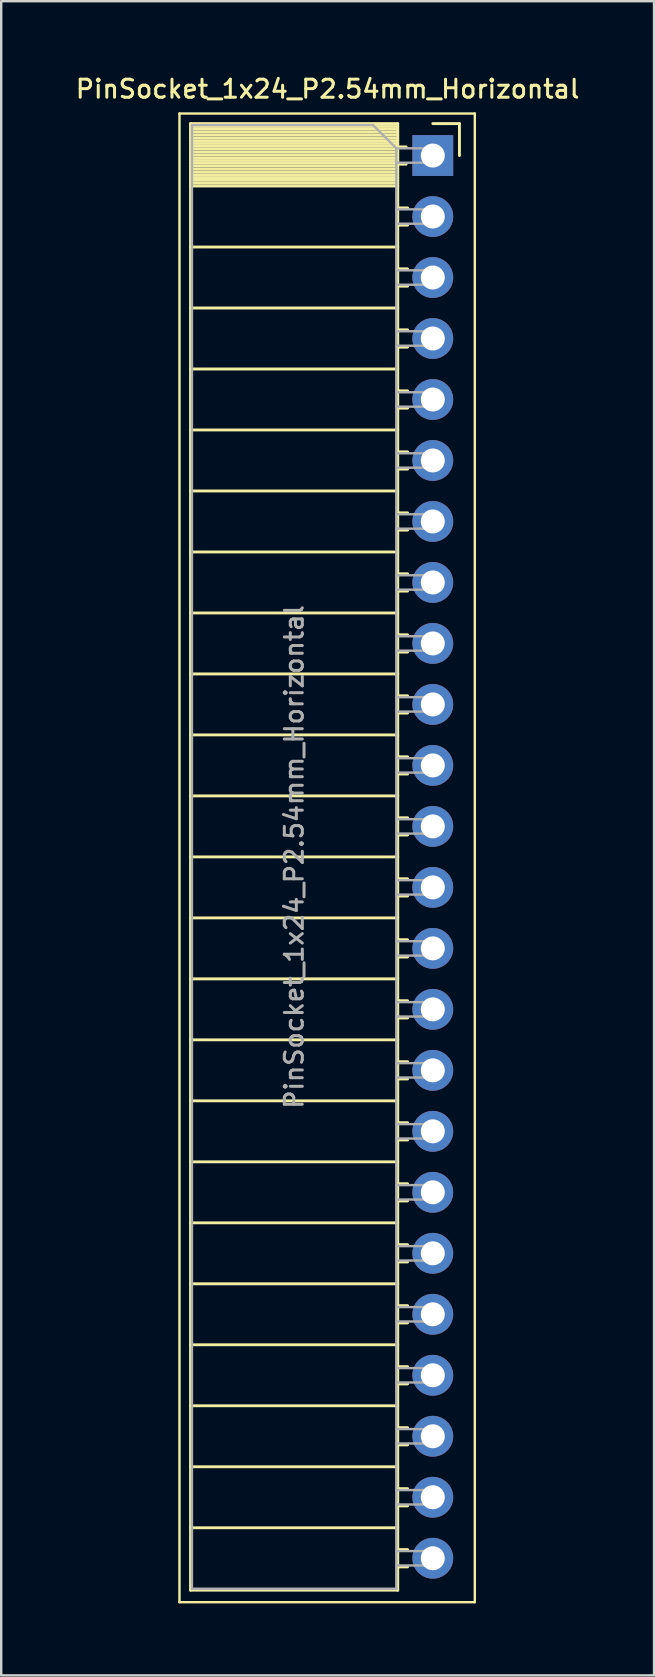
<source format=kicad_pcb>
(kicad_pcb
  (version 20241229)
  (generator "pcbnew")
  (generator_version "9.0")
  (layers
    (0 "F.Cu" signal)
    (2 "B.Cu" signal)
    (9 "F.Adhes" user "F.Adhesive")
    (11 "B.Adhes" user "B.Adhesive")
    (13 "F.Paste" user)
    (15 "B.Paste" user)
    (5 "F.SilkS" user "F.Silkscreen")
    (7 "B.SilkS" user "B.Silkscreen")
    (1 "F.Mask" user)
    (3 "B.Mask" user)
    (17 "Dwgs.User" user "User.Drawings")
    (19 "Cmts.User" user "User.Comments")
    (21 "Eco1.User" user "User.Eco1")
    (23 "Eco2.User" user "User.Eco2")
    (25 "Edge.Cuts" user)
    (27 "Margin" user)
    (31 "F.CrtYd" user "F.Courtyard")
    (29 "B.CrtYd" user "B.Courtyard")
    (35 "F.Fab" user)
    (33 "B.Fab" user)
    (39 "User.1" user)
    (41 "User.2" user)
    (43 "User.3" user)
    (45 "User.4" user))
  (footprint "PinSocket_1x24_P2.54mm_Horizontal"
    (layer "F.Cu")
    (at 14.975 3.428)
    (property "Reference" "PinSocket_1x24_P2.54mm_Horizontal" (at -4.38 -2.77 0) (layer "F.SilkS") (effects (font (size 0.75 0.75) (thickness 0.125))))
    (attr through_hole)
    (fp_line (start -10.55 -1.75) (end -10.55 60.25) (stroke (width 0.1) (type solid)) (layer "F.SilkS"))
    (fp_line (start -10.55 60.25) (end 1.75 60.25) (stroke (width 0.1) (type solid)) (layer "F.SilkS"))
    (fp_line (start -10.09 -1.33) (end -10.09 59.75) (stroke (width 0.12) (type solid)) (layer "F.SilkS"))
    (fp_line (start -10.09 -1.33) (end -1.46 -1.33) (stroke (width 0.12) (type solid)) (layer "F.SilkS"))
    (fp_line (start -10.09 -1.21) (end -1.46 -1.21) (stroke (width 0.12) (type solid)) (layer "F.SilkS"))
    (fp_line (start -10.09 -1.092) (end -1.46 -1.092) (stroke (width 0.12) (type solid)) (layer "F.SilkS"))
    (fp_line (start -10.09 -0.974) (end -1.46 -0.974) (stroke (width 0.12) (type solid)) (layer "F.SilkS"))
    (fp_line (start -10.09 -0.856) (end -1.46 -0.856) (stroke (width 0.12) (type solid)) (layer "F.SilkS"))
    (fp_line (start -10.09 -0.738) (end -1.46 -0.738) (stroke (width 0.12) (type solid)) (layer "F.SilkS"))
    (fp_line (start -10.09 -0.62) (end -1.46 -0.62) (stroke (width 0.12) (type solid)) (layer "F.SilkS"))
    (fp_line (start -10.09 -0.501) (end -1.46 -0.501) (stroke (width 0.12) (type solid)) (layer "F.SilkS"))
    (fp_line (start -10.09 -0.383) (end -1.46 -0.383) (stroke (width 0.12) (type solid)) (layer "F.SilkS"))
    (fp_line (start -10.09 -0.265) (end -1.46 -0.265) (stroke (width 0.12) (type solid)) (layer "F.SilkS"))
    (fp_line (start -10.09 -0.147) (end -1.46 -0.147) (stroke (width 0.12) (type solid)) (layer "F.SilkS"))
    (fp_line (start -10.09 -0.029) (end -1.46 -0.029) (stroke (width 0.12) (type solid)) (layer "F.SilkS"))
    (fp_line (start -10.09 0.089) (end -1.46 0.089) (stroke (width 0.12) (type solid)) (layer "F.SilkS"))
    (fp_line (start -10.09 0.207) (end -1.46 0.207) (stroke (width 0.12) (type solid)) (layer "F.SilkS"))
    (fp_line (start -10.09 0.325) (end -1.46 0.325) (stroke (width 0.12) (type solid)) (layer "F.SilkS"))
    (fp_line (start -10.09 0.443) (end -1.46 0.443) (stroke (width 0.12) (type solid)) (layer "F.SilkS"))
    (fp_line (start -10.09 0.561) (end -1.46 0.561) (stroke (width 0.12) (type solid)) (layer "F.SilkS"))
    (fp_line (start -10.09 0.68) (end -1.46 0.68) (stroke (width 0.12) (type solid)) (layer "F.SilkS"))
    (fp_line (start -10.09 0.798) (end -1.46 0.798) (stroke (width 0.12) (type solid)) (layer "F.SilkS"))
    (fp_line (start -10.09 0.916) (end -1.46 0.916) (stroke (width 0.12) (type solid)) (layer "F.SilkS"))
    (fp_line (start -10.09 1.034) (end -1.46 1.034) (stroke (width 0.12) (type solid)) (layer "F.SilkS"))
    (fp_line (start -10.09 1.152) (end -1.46 1.152) (stroke (width 0.12) (type solid)) (layer "F.SilkS"))
    (fp_line (start -10.09 1.27) (end -1.46 1.27) (stroke (width 0.12) (type solid)) (layer "F.SilkS"))
    (fp_line (start -10.09 3.81) (end -1.46 3.81) (stroke (width 0.12) (type solid)) (layer "F.SilkS"))
    (fp_line (start -10.09 6.35) (end -1.46 6.35) (stroke (width 0.12) (type solid)) (layer "F.SilkS"))
    (fp_line (start -10.09 8.89) (end -1.46 8.89) (stroke (width 0.12) (type solid)) (layer "F.SilkS"))
    (fp_line (start -10.09 11.43) (end -1.46 11.43) (stroke (width 0.12) (type solid)) (layer "F.SilkS"))
    (fp_line (start -10.09 13.97) (end -1.46 13.97) (stroke (width 0.12) (type solid)) (layer "F.SilkS"))
    (fp_line (start -10.09 16.51) (end -1.46 16.51) (stroke (width 0.12) (type solid)) (layer "F.SilkS"))
    (fp_line (start -10.09 19.05) (end -1.46 19.05) (stroke (width 0.12) (type solid)) (layer "F.SilkS"))
    (fp_line (start -10.09 21.59) (end -1.46 21.59) (stroke (width 0.12) (type solid)) (layer "F.SilkS"))
    (fp_line (start -10.09 24.13) (end -1.46 24.13) (stroke (width 0.12) (type solid)) (layer "F.SilkS"))
    (fp_line (start -10.09 26.67) (end -1.46 26.67) (stroke (width 0.12) (type solid)) (layer "F.SilkS"))
    (fp_line (start -10.09 29.21) (end -1.46 29.21) (stroke (width 0.12) (type solid)) (layer "F.SilkS"))
    (fp_line (start -10.09 31.75) (end -1.46 31.75) (stroke (width 0.12) (type solid)) (layer "F.SilkS"))
    (fp_line (start -10.09 34.29) (end -1.46 34.29) (stroke (width 0.12) (type solid)) (layer "F.SilkS"))
    (fp_line (start -10.09 36.83) (end -1.46 36.83) (stroke (width 0.12) (type solid)) (layer "F.SilkS"))
    (fp_line (start -10.09 39.37) (end -1.46 39.37) (stroke (width 0.12) (type solid)) (layer "F.SilkS"))
    (fp_line (start -10.09 41.91) (end -1.46 41.91) (stroke (width 0.12) (type solid)) (layer "F.SilkS"))
    (fp_line (start -10.09 44.45) (end -1.46 44.45) (stroke (width 0.12) (type solid)) (layer "F.SilkS"))
    (fp_line (start -10.09 46.99) (end -1.46 46.99) (stroke (width 0.12) (type solid)) (layer "F.SilkS"))
    (fp_line (start -10.09 49.53) (end -1.46 49.53) (stroke (width 0.12) (type solid)) (layer "F.SilkS"))
    (fp_line (start -10.09 52.07) (end -1.46 52.07) (stroke (width 0.12) (type solid)) (layer "F.SilkS"))
    (fp_line (start -10.09 54.61) (end -1.46 54.61) (stroke (width 0.12) (type solid)) (layer "F.SilkS"))
    (fp_line (start -10.09 57.15) (end -1.46 57.15) (stroke (width 0.12) (type solid)) (layer "F.SilkS"))
    (fp_line (start -10.09 59.75) (end -1.46 59.75) (stroke (width 0.12) (type solid)) (layer "F.SilkS"))
    (fp_line (start -1.46 -1.33) (end -1.46 59.75) (stroke (width 0.12) (type solid)) (layer "F.SilkS"))
    (fp_line (start -1.46 -0.36) (end -1.11 -0.36) (stroke (width 0.12) (type solid)) (layer "F.SilkS"))
    (fp_line (start -1.46 0.36) (end -1.11 0.36) (stroke (width 0.12) (type solid)) (layer "F.SilkS"))
    (fp_line (start -1.46 2.18) (end -1.05 2.18) (stroke (width 0.12) (type solid)) (layer "F.SilkS"))
    (fp_line (start -1.46 2.9) (end -1.05 2.9) (stroke (width 0.12) (type solid)) (layer "F.SilkS"))
    (fp_line (start -1.46 4.72) (end -1.05 4.72) (stroke (width 0.12) (type solid)) (layer "F.SilkS"))
    (fp_line (start -1.46 5.44) (end -1.05 5.44) (stroke (width 0.12) (type solid)) (layer "F.SilkS"))
    (fp_line (start -1.46 7.26) (end -1.05 7.26) (stroke (width 0.12) (type solid)) (layer "F.SilkS"))
    (fp_line (start -1.46 7.98) (end -1.05 7.98) (stroke (width 0.12) (type solid)) (layer "F.SilkS"))
    (fp_line (start -1.46 9.8) (end -1.05 9.8) (stroke (width 0.12) (type solid)) (layer "F.SilkS"))
    (fp_line (start -1.46 10.52) (end -1.05 10.52) (stroke (width 0.12) (type solid)) (layer "F.SilkS"))
    (fp_line (start -1.46 12.34) (end -1.05 12.34) (stroke (width 0.12) (type solid)) (layer "F.SilkS"))
    (fp_line (start -1.46 13.06) (end -1.05 13.06) (stroke (width 0.12) (type solid)) (layer "F.SilkS"))
    (fp_line (start -1.46 14.88) (end -1.05 14.88) (stroke (width 0.12) (type solid)) (layer "F.SilkS"))
    (fp_line (start -1.46 15.6) (end -1.05 15.6) (stroke (width 0.12) (type solid)) (layer "F.SilkS"))
    (fp_line (start -1.46 17.42) (end -1.05 17.42) (stroke (width 0.12) (type solid)) (layer "F.SilkS"))
    (fp_line (start -1.46 18.14) (end -1.05 18.14) (stroke (width 0.12) (type solid)) (layer "F.SilkS"))
    (fp_line (start -1.46 19.96) (end -1.05 19.96) (stroke (width 0.12) (type solid)) (layer "F.SilkS"))
    (fp_line (start -1.46 20.68) (end -1.05 20.68) (stroke (width 0.12) (type solid)) (layer "F.SilkS"))
    (fp_line (start -1.46 22.5) (end -1.05 22.5) (stroke (width 0.12) (type solid)) (layer "F.SilkS"))
    (fp_line (start -1.46 23.22) (end -1.05 23.22) (stroke (width 0.12) (type solid)) (layer "F.SilkS"))
    (fp_line (start -1.46 25.04) (end -1.05 25.04) (stroke (width 0.12) (type solid)) (layer "F.SilkS"))
    (fp_line (start -1.46 25.76) (end -1.05 25.76) (stroke (width 0.12) (type solid)) (layer "F.SilkS"))
    (fp_line (start -1.46 27.58) (end -1.05 27.58) (stroke (width 0.12) (type solid)) (layer "F.SilkS"))
    (fp_line (start -1.46 28.3) (end -1.05 28.3) (stroke (width 0.12) (type solid)) (layer "F.SilkS"))
    (fp_line (start -1.46 30.12) (end -1.05 30.12) (stroke (width 0.12) (type solid)) (layer "F.SilkS"))
    (fp_line (start -1.46 30.84) (end -1.05 30.84) (stroke (width 0.12) (type solid)) (layer "F.SilkS"))
    (fp_line (start -1.46 32.66) (end -1.05 32.66) (stroke (width 0.12) (type solid)) (layer "F.SilkS"))
    (fp_line (start -1.46 33.38) (end -1.05 33.38) (stroke (width 0.12) (type solid)) (layer "F.SilkS"))
    (fp_line (start -1.46 35.2) (end -1.05 35.2) (stroke (width 0.12) (type solid)) (layer "F.SilkS"))
    (fp_line (start -1.46 35.92) (end -1.05 35.92) (stroke (width 0.12) (type solid)) (layer "F.SilkS"))
    (fp_line (start -1.46 37.74) (end -1.05 37.74) (stroke (width 0.12) (type solid)) (layer "F.SilkS"))
    (fp_line (start -1.46 38.46) (end -1.05 38.46) (stroke (width 0.12) (type solid)) (layer "F.SilkS"))
    (fp_line (start -1.46 40.28) (end -1.05 40.28) (stroke (width 0.12) (type solid)) (layer "F.SilkS"))
    (fp_line (start -1.46 41) (end -1.05 41) (stroke (width 0.12) (type solid)) (layer "F.SilkS"))
    (fp_line (start -1.46 42.82) (end -1.05 42.82) (stroke (width 0.12) (type solid)) (layer "F.SilkS"))
    (fp_line (start -1.46 43.54) (end -1.05 43.54) (stroke (width 0.12) (type solid)) (layer "F.SilkS"))
    (fp_line (start -1.46 45.36) (end -1.05 45.36) (stroke (width 0.12) (type solid)) (layer "F.SilkS"))
    (fp_line (start -1.46 46.08) (end -1.05 46.08) (stroke (width 0.12) (type solid)) (layer "F.SilkS"))
    (fp_line (start -1.46 47.9) (end -1.05 47.9) (stroke (width 0.12) (type solid)) (layer "F.SilkS"))
    (fp_line (start -1.46 48.62) (end -1.05 48.62) (stroke (width 0.12) (type solid)) (layer "F.SilkS"))
    (fp_line (start -1.46 50.44) (end -1.05 50.44) (stroke (width 0.12) (type solid)) (layer "F.SilkS"))
    (fp_line (start -1.46 51.16) (end -1.05 51.16) (stroke (width 0.12) (type solid)) (layer "F.SilkS"))
    (fp_line (start -1.46 52.98) (end -1.05 52.98) (stroke (width 0.12) (type solid)) (layer "F.SilkS"))
    (fp_line (start -1.46 53.7) (end -1.05 53.7) (stroke (width 0.12) (type solid)) (layer "F.SilkS"))
    (fp_line (start -1.46 55.52) (end -1.05 55.52) (stroke (width 0.12) (type solid)) (layer "F.SilkS"))
    (fp_line (start -1.46 56.24) (end -1.05 56.24) (stroke (width 0.12) (type solid)) (layer "F.SilkS"))
    (fp_line (start -1.46 58.06) (end -1.05 58.06) (stroke (width 0.12) (type solid)) (layer "F.SilkS"))
    (fp_line (start -1.46 58.78) (end -1.05 58.78) (stroke (width 0.12) (type solid)) (layer "F.SilkS"))
    (fp_line (start 0 -1.33) (end 1.11 -1.33) (stroke (width 0.12) (type solid)) (layer "F.SilkS"))
    (fp_line (start 1.11 -1.33) (end 1.11 0) (stroke (width 0.12) (type solid)) (layer "F.SilkS"))
    (fp_line (start 1.75 -1.75) (end -10.55 -1.75) (stroke (width 0.1) (type solid)) (layer "F.SilkS"))
    (fp_line (start 1.75 60.25) (end 1.75 -1.75) (stroke (width 0.1) (type solid)) (layer "F.SilkS"))
    (fp_line (start -10.03 -1.27) (end -2.49 -1.27) (stroke (width 0.1) (type solid)) (layer "F.Fab"))
    (fp_line (start -10.03 59.69) (end -10.03 -1.27) (stroke (width 0.1) (type solid)) (layer "F.Fab"))
    (fp_line (start -2.49 -1.27) (end -1.52 -0.3) (stroke (width 0.1) (type solid)) (layer "F.Fab"))
    (fp_line (start -1.52 -0.3) (end -1.52 59.69) (stroke (width 0.1) (type solid)) (layer "F.Fab"))
    (fp_line (start -1.52 0.3) (end 0 0.3) (stroke (width 0.1) (type solid)) (layer "F.Fab"))
    (fp_line (start -1.52 2.84) (end 0 2.84) (stroke (width 0.1) (type solid)) (layer "F.Fab"))
    (fp_line (start -1.52 5.38) (end 0 5.38) (stroke (width 0.1) (type solid)) (layer "F.Fab"))
    (fp_line (start -1.52 7.92) (end 0 7.92) (stroke (width 0.1) (type solid)) (layer "F.Fab"))
    (fp_line (start -1.52 10.46) (end 0 10.46) (stroke (width 0.1) (type solid)) (layer "F.Fab"))
    (fp_line (start -1.52 13) (end 0 13) (stroke (width 0.1) (type solid)) (layer "F.Fab"))
    (fp_line (start -1.52 15.54) (end 0 15.54) (stroke (width 0.1) (type solid)) (layer "F.Fab"))
    (fp_line (start -1.52 18.08) (end 0 18.08) (stroke (width 0.1) (type solid)) (layer "F.Fab"))
    (fp_line (start -1.52 20.62) (end 0 20.62) (stroke (width 0.1) (type solid)) (layer "F.Fab"))
    (fp_line (start -1.52 23.16) (end 0 23.16) (stroke (width 0.1) (type solid)) (layer "F.Fab"))
    (fp_line (start -1.52 25.7) (end 0 25.7) (stroke (width 0.1) (type solid)) (layer "F.Fab"))
    (fp_line (start -1.52 28.24) (end 0 28.24) (stroke (width 0.1) (type solid)) (layer "F.Fab"))
    (fp_line (start -1.52 30.78) (end 0 30.78) (stroke (width 0.1) (type solid)) (layer "F.Fab"))
    (fp_line (start -1.52 33.32) (end 0 33.32) (stroke (width 0.1) (type solid)) (layer "F.Fab"))
    (fp_line (start -1.52 35.86) (end 0 35.86) (stroke (width 0.1) (type solid)) (layer "F.Fab"))
    (fp_line (start -1.52 38.4) (end 0 38.4) (stroke (width 0.1) (type solid)) (layer "F.Fab"))
    (fp_line (start -1.52 40.94) (end 0 40.94) (stroke (width 0.1) (type solid)) (layer "F.Fab"))
    (fp_line (start -1.52 43.48) (end 0 43.48) (stroke (width 0.1) (type solid)) (layer "F.Fab"))
    (fp_line (start -1.52 46.02) (end 0 46.02) (stroke (width 0.1) (type solid)) (layer "F.Fab"))
    (fp_line (start -1.52 48.56) (end 0 48.56) (stroke (width 0.1) (type solid)) (layer "F.Fab"))
    (fp_line (start -1.52 51.1) (end 0 51.1) (stroke (width 0.1) (type solid)) (layer "F.Fab"))
    (fp_line (start -1.52 53.64) (end 0 53.64) (stroke (width 0.1) (type solid)) (layer "F.Fab"))
    (fp_line (start -1.52 56.18) (end 0 56.18) (stroke (width 0.1) (type solid)) (layer "F.Fab"))
    (fp_line (start -1.52 58.72) (end 0 58.72) (stroke (width 0.1) (type solid)) (layer "F.Fab"))
    (fp_line (start -1.52 59.69) (end -10.03 59.69) (stroke (width 0.1) (type solid)) (layer "F.Fab"))
    (fp_line (start 0 -0.3) (end -1.52 -0.3) (stroke (width 0.1) (type solid)) (layer "F.Fab"))
    (fp_line (start 0 0.3) (end 0 -0.3) (stroke (width 0.1) (type solid)) (layer "F.Fab"))
    (fp_line (start 0 2.24) (end -1.52 2.24) (stroke (width 0.1) (type solid)) (layer "F.Fab"))
    (fp_line (start 0 2.84) (end 0 2.24) (stroke (width 0.1) (type solid)) (layer "F.Fab"))
    (fp_line (start 0 4.78) (end -1.52 4.78) (stroke (width 0.1) (type solid)) (layer "F.Fab"))
    (fp_line (start 0 5.38) (end 0 4.78) (stroke (width 0.1) (type solid)) (layer "F.Fab"))
    (fp_line (start 0 7.32) (end -1.52 7.32) (stroke (width 0.1) (type solid)) (layer "F.Fab"))
    (fp_line (start 0 7.92) (end 0 7.32) (stroke (width 0.1) (type solid)) (layer "F.Fab"))
    (fp_line (start 0 9.86) (end -1.52 9.86) (stroke (width 0.1) (type solid)) (layer "F.Fab"))
    (fp_line (start 0 10.46) (end 0 9.86) (stroke (width 0.1) (type solid)) (layer "F.Fab"))
    (fp_line (start 0 12.4) (end -1.52 12.4) (stroke (width 0.1) (type solid)) (layer "F.Fab"))
    (fp_line (start 0 13) (end 0 12.4) (stroke (width 0.1) (type solid)) (layer "F.Fab"))
    (fp_line (start 0 14.94) (end -1.52 14.94) (stroke (width 0.1) (type solid)) (layer "F.Fab"))
    (fp_line (start 0 15.54) (end 0 14.94) (stroke (width 0.1) (type solid)) (layer "F.Fab"))
    (fp_line (start 0 17.48) (end -1.52 17.48) (stroke (width 0.1) (type solid)) (layer "F.Fab"))
    (fp_line (start 0 18.08) (end 0 17.48) (stroke (width 0.1) (type solid)) (layer "F.Fab"))
    (fp_line (start 0 20.02) (end -1.52 20.02) (stroke (width 0.1) (type solid)) (layer "F.Fab"))
    (fp_line (start 0 20.62) (end 0 20.02) (stroke (width 0.1) (type solid)) (layer "F.Fab"))
    (fp_line (start 0 22.56) (end -1.52 22.56) (stroke (width 0.1) (type solid)) (layer "F.Fab"))
    (fp_line (start 0 23.16) (end 0 22.56) (stroke (width 0.1) (type solid)) (layer "F.Fab"))
    (fp_line (start 0 25.1) (end -1.52 25.1) (stroke (width 0.1) (type solid)) (layer "F.Fab"))
    (fp_line (start 0 25.7) (end 0 25.1) (stroke (width 0.1) (type solid)) (layer "F.Fab"))
    (fp_line (start 0 27.64) (end -1.52 27.64) (stroke (width 0.1) (type solid)) (layer "F.Fab"))
    (fp_line (start 0 28.24) (end 0 27.64) (stroke (width 0.1) (type solid)) (layer "F.Fab"))
    (fp_line (start 0 30.18) (end -1.52 30.18) (stroke (width 0.1) (type solid)) (layer "F.Fab"))
    (fp_line (start 0 30.78) (end 0 30.18) (stroke (width 0.1) (type solid)) (layer "F.Fab"))
    (fp_line (start 0 32.72) (end -1.52 32.72) (stroke (width 0.1) (type solid)) (layer "F.Fab"))
    (fp_line (start 0 33.32) (end 0 32.72) (stroke (width 0.1) (type solid)) (layer "F.Fab"))
    (fp_line (start 0 35.26) (end -1.52 35.26) (stroke (width 0.1) (type solid)) (layer "F.Fab"))
    (fp_line (start 0 35.86) (end 0 35.26) (stroke (width 0.1) (type solid)) (layer "F.Fab"))
    (fp_line (start 0 37.8) (end -1.52 37.8) (stroke (width 0.1) (type solid)) (layer "F.Fab"))
    (fp_line (start 0 38.4) (end 0 37.8) (stroke (width 0.1) (type solid)) (layer "F.Fab"))
    (fp_line (start 0 40.34) (end -1.52 40.34) (stroke (width 0.1) (type solid)) (layer "F.Fab"))
    (fp_line (start 0 40.94) (end 0 40.34) (stroke (width 0.1) (type solid)) (layer "F.Fab"))
    (fp_line (start 0 42.88) (end -1.52 42.88) (stroke (width 0.1) (type solid)) (layer "F.Fab"))
    (fp_line (start 0 43.48) (end 0 42.88) (stroke (width 0.1) (type solid)) (layer "F.Fab"))
    (fp_line (start 0 45.42) (end -1.52 45.42) (stroke (width 0.1) (type solid)) (layer "F.Fab"))
    (fp_line (start 0 46.02) (end 0 45.42) (stroke (width 0.1) (type solid)) (layer "F.Fab"))
    (fp_line (start 0 47.96) (end -1.52 47.96) (stroke (width 0.1) (type solid)) (layer "F.Fab"))
    (fp_line (start 0 48.56) (end 0 47.96) (stroke (width 0.1) (type solid)) (layer "F.Fab"))
    (fp_line (start 0 50.5) (end -1.52 50.5) (stroke (width 0.1) (type solid)) (layer "F.Fab"))
    (fp_line (start 0 51.1) (end 0 50.5) (stroke (width 0.1) (type solid)) (layer "F.Fab"))
    (fp_line (start 0 53.04) (end -1.52 53.04) (stroke (width 0.1) (type solid)) (layer "F.Fab"))
    (fp_line (start 0 53.64) (end 0 53.04) (stroke (width 0.1) (type solid)) (layer "F.Fab"))
    (fp_line (start 0 55.58) (end -1.52 55.58) (stroke (width 0.1) (type solid)) (layer "F.Fab"))
    (fp_line (start 0 56.18) (end 0 55.58) (stroke (width 0.1) (type solid)) (layer "F.Fab"))
    (fp_line (start 0 58.12) (end -1.52 58.12) (stroke (width 0.1) (type solid)) (layer "F.Fab"))
    (fp_line (start 0 58.72) (end 0 58.12) (stroke (width 0.1) (type solid)) (layer "F.Fab"))
    (fp_text user "${REFERENCE}" (at -5.775 29.21 90) (layer "F.Fab") (effects (font (size 0.75 0.75) (thickness 0.125))))
    (pad "1" thru_hole rect (at 0 0) (size 1.7 1.7) (drill 1) (layers "*.Cu" "*.Mask"))
    (pad "2" thru_hole oval (at 0 2.54) (size 1.7 1.7) (drill 1) (layers "*.Cu" "*.Mask"))
    (pad "3" thru_hole oval (at 0 5.08) (size 1.7 1.7) (drill 1) (layers "*.Cu" "*.Mask"))
    (pad "4" thru_hole oval (at 0 7.62) (size 1.7 1.7) (drill 1) (layers "*.Cu" "*.Mask"))
    (pad "5" thru_hole oval (at 0 10.16) (size 1.7 1.7) (drill 1) (layers "*.Cu" "*.Mask"))
    (pad "6" thru_hole oval (at 0 12.7) (size 1.7 1.7) (drill 1) (layers "*.Cu" "*.Mask"))
    (pad "7" thru_hole oval (at 0 15.24) (size 1.7 1.7) (drill 1) (layers "*.Cu" "*.Mask"))
    (pad "8" thru_hole oval (at 0 17.78) (size 1.7 1.7) (drill 1) (layers "*.Cu" "*.Mask"))
    (pad "9" thru_hole oval (at 0 20.32) (size 1.7 1.7) (drill 1) (layers "*.Cu" "*.Mask"))
    (pad "10" thru_hole oval (at 0 22.86) (size 1.7 1.7) (drill 1) (layers "*.Cu" "*.Mask"))
    (pad "11" thru_hole oval (at 0 25.4) (size 1.7 1.7) (drill 1) (layers "*.Cu" "*.Mask"))
    (pad "12" thru_hole oval (at 0 27.94) (size 1.7 1.7) (drill 1) (layers "*.Cu" "*.Mask"))
    (pad "13" thru_hole oval (at 0 30.48) (size 1.7 1.7) (drill 1) (layers "*.Cu" "*.Mask"))
    (pad "14" thru_hole oval (at 0 33.02) (size 1.7 1.7) (drill 1) (layers "*.Cu" "*.Mask"))
    (pad "15" thru_hole oval (at 0 35.56) (size 1.7 1.7) (drill 1) (layers "*.Cu" "*.Mask"))
    (pad "16" thru_hole oval (at 0 38.1) (size 1.7 1.7) (drill 1) (layers "*.Cu" "*.Mask"))
    (pad "17" thru_hole oval (at 0 40.64) (size 1.7 1.7) (drill 1) (layers "*.Cu" "*.Mask"))
    (pad "18" thru_hole oval (at 0 43.18) (size 1.7 1.7) (drill 1) (layers "*.Cu" "*.Mask"))
    (pad "19" thru_hole oval (at 0 45.72) (size 1.7 1.7) (drill 1) (layers "*.Cu" "*.Mask"))
    (pad "20" thru_hole oval (at 0 48.26) (size 1.7 1.7) (drill 1) (layers "*.Cu" "*.Mask"))
    (pad "21" thru_hole oval (at 0 50.8) (size 1.7 1.7) (drill 1) (layers "*.Cu" "*.Mask"))
    (pad "22" thru_hole oval (at 0 53.34) (size 1.7 1.7) (drill 1) (layers "*.Cu" "*.Mask"))
    (pad "23" thru_hole oval (at 0 55.88) (size 1.7 1.7) (drill 1) (layers "*.Cu" "*.Mask"))
    (pad "24" thru_hole oval (at 0 58.42) (size 1.7 1.7) (drill 1) (layers "*.Cu" "*.Mask")))
  (gr_rect
    (start -3 -3)
    (end 24.189 66.728)
    (stroke (width 0.1) (type default))
    (fill no)
    (layer "Edge.Cuts")))
</source>
